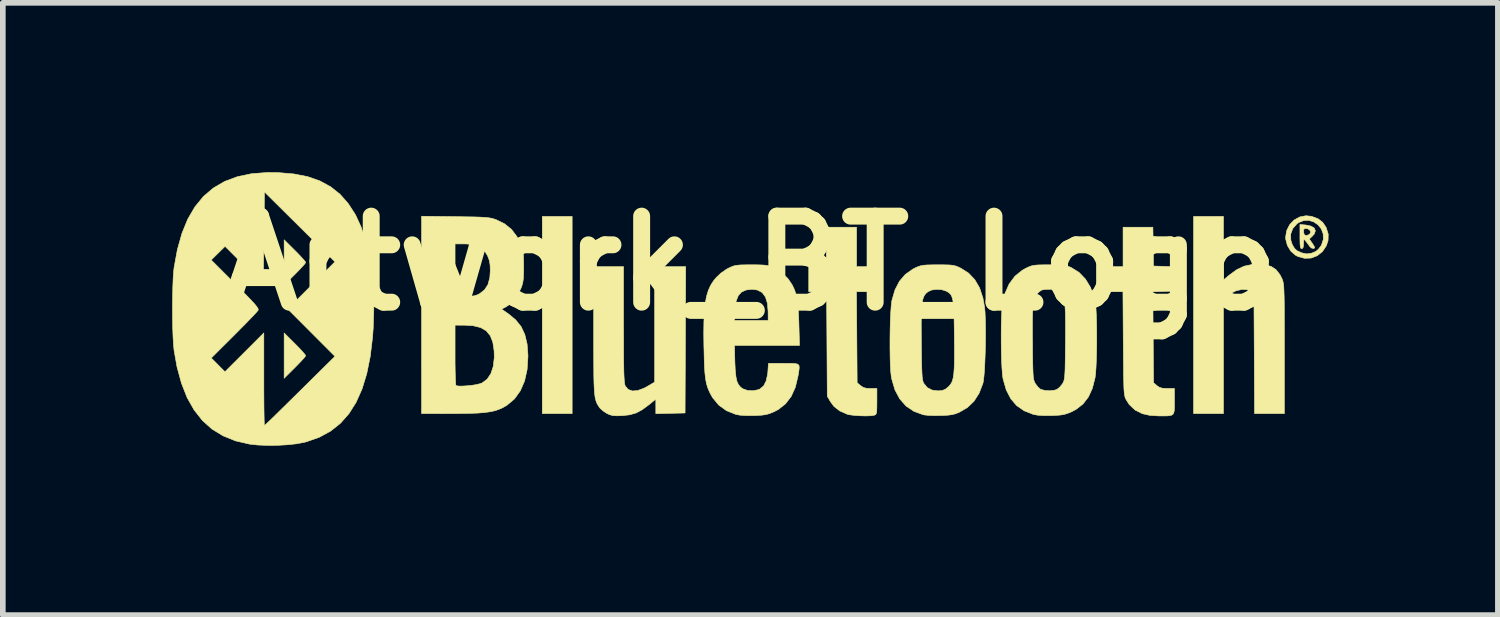
<source format=kicad_pcb>
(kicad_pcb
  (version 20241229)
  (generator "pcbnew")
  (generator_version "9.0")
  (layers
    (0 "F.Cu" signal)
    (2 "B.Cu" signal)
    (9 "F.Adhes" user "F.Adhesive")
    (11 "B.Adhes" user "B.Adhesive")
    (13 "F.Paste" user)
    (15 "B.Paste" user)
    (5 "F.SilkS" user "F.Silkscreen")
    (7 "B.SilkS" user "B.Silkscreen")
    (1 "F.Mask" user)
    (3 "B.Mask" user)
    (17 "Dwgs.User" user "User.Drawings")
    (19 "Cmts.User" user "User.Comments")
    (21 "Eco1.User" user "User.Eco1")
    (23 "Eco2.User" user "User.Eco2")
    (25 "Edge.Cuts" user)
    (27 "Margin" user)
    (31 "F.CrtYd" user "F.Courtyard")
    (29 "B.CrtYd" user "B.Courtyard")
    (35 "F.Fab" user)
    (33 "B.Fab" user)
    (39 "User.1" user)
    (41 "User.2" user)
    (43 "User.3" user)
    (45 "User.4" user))
  (footprint "Artwork_BT_Logo"
    (layer "F.Cu")
    (at 10.238 2.413)
    (property "Reference" "Artwork_BT_Logo" (at 0 -0.8 0) (layer "F.SilkS") (effects (font (size 1.524 1.524) (thickness 0.3))))
    (attr through_hole)
    (fp_poly (pts (xy -3.154 1.863) (xy -3.683 1.863) (xy -3.683 -1.63) (xy -3.154 -1.63) (xy -3.154 1.863)) (stroke (width 0.01) (type solid)) (fill yes) (layer "F.SilkS"))
    (fp_poly (pts (xy -8.065 -1.027) (xy -7.992 -0.953) (xy -7.933 -0.889) (xy -7.892 -0.842) (xy -7.874 -0.816) (xy -7.874 -0.815) (xy -7.888 -0.792) (xy -7.927 -0.747) (xy -7.985 -0.685) (xy -8.056 -0.612) (xy -8.065 -0.603) (xy -8.255 -0.414) (xy -8.255 -1.216) (xy -8.065 -1.027)) (stroke (width 0.01) (type solid)) (fill yes) (layer "F.SilkS"))
    (fp_poly (pts (xy -8.065 0.624) (xy -7.992 0.698) (xy -7.933 0.762) (xy -7.892 0.809) (xy -7.874 0.835) (xy -7.874 0.836) (xy -7.888 0.859) (xy -7.927 0.904) (xy -7.985 0.966) (xy -8.056 1.039) (xy -8.065 1.048) (xy -8.255 1.237) (xy -8.255 0.435) (xy -8.065 0.624)) (stroke (width 0.01) (type solid)) (fill yes) (layer "F.SilkS"))
    (fp_poly (pts (xy 1.884 -0.741) (xy 2.244 -0.741) (xy 2.244 -0.296) (xy 1.882 -0.296) (xy 1.888 0.51) (xy 1.894 1.316) (xy 1.954 1.367) (xy 2.003 1.4) (xy 2.061 1.415) (xy 2.128 1.418) (xy 2.244 1.418) (xy 2.244 1.649) (xy 2.243 1.75) (xy 2.241 1.817) (xy 2.235 1.857) (xy 2.224 1.878) (xy 2.207 1.888) (xy 2.196 1.892) (xy 2.133 1.901) (xy 2.042 1.904) (xy 1.939 1.901) (xy 1.839 1.894) (xy 1.756 1.883) (xy 1.721 1.875) (xy 1.585 1.815) (xy 1.481 1.733) (xy 1.423 1.654) (xy 1.365 1.556) (xy 1.359 0.63) (xy 1.353 -0.296) (xy 1.037 -0.296) (xy 1.037 -0.739) (xy 1.191 -0.745) (xy 1.344 -0.751) (xy 1.35 -1.095) (xy 1.356 -1.439) (xy 1.884 -1.439) (xy 1.884 -0.741)) (stroke (width 0.01) (type solid)) (fill yes) (layer "F.SilkS"))
    (fp_poly (pts (xy 8.382 -0.504) (xy 8.485 -0.59) (xy 8.618 -0.687) (xy 8.748 -0.748) (xy 8.886 -0.778) (xy 8.981 -0.783) (xy 9.121 -0.774) (xy 9.229 -0.743) (xy 9.314 -0.686) (xy 9.382 -0.599) (xy 9.418 -0.529) (xy 9.427 -0.507) (xy 9.435 -0.483) (xy 9.441 -0.454) (xy 9.447 -0.416) (xy 9.451 -0.366) (xy 9.454 -0.3) (xy 9.457 -0.214) (xy 9.459 -0.105) (xy 9.46 0.032) (xy 9.46 0.198) (xy 9.461 0.399) (xy 9.461 0.637) (xy 9.461 0.714) (xy 9.461 1.863) (xy 8.933 1.863) (xy 8.928 0.802) (xy 8.922 -0.258) (xy 8.869 -0.3) (xy 8.797 -0.333) (xy 8.705 -0.336) (xy 8.602 -0.311) (xy 8.496 -0.259) (xy 8.49 -0.256) (xy 8.382 -0.186) (xy 8.382 1.863) (xy 7.853 1.863) (xy 7.853 -1.63) (xy 8.382 -1.63) (xy 8.382 -0.504)) (stroke (width 0.01) (type solid)) (fill yes) (layer "F.SilkS"))
    (fp_poly (pts (xy 9.846 -1.477) (xy 9.936 -1.457) (xy 9.992 -1.422) (xy 10.01 -1.374) (xy 9.99 -1.318) (xy 9.957 -1.281) (xy 9.903 -1.23) (xy 9.958 -1.15) (xy 9.989 -1.1) (xy 9.998 -1.074) (xy 9.984 -1.063) (xy 9.976 -1.061) (xy 9.937 -1.072) (xy 9.907 -1.102) (xy 9.867 -1.158) (xy 9.838 -1.195) (xy 9.815 -1.219) (xy 9.805 -1.217) (xy 9.801 -1.181) (xy 9.801 -1.148) (xy 9.796 -1.087) (xy 9.78 -1.061) (xy 9.768 -1.058) (xy 9.754 -1.065) (xy 9.744 -1.091) (xy 9.739 -1.142) (xy 9.737 -1.225) (xy 9.737 -1.273) (xy 9.737 -1.356) (xy 9.8 -1.356) (xy 9.813 -1.306) (xy 9.849 -1.289) (xy 9.903 -1.31) (xy 9.903 -1.31) (xy 9.926 -1.343) (xy 9.917 -1.38) (xy 9.882 -1.408) (xy 9.858 -1.414) (xy 9.818 -1.414) (xy 9.802 -1.392) (xy 9.8 -1.356) (xy 9.737 -1.356) (xy 9.737 -1.487) (xy 9.846 -1.477)) (stroke (width 0.01) (type solid)) (fill yes) (layer "F.SilkS"))
    (fp_poly (pts (xy 7.138 -1.095) (xy 7.144 -0.751) (xy 7.33 -0.745) (xy 7.516 -0.739) (xy 7.51 -0.523) (xy 7.504 -0.307) (xy 7.317 -0.301) (xy 7.131 -0.295) (xy 7.144 1.316) (xy 7.203 1.367) (xy 7.248 1.398) (xy 7.3 1.413) (xy 7.377 1.418) (xy 7.388 1.418) (xy 7.514 1.418) (xy 7.514 1.649) (xy 7.514 1.753) (xy 7.509 1.824) (xy 7.493 1.869) (xy 7.459 1.893) (xy 7.399 1.903) (xy 7.309 1.904) (xy 7.239 1.904) (xy 7.077 1.894) (xy 6.948 1.865) (xy 6.947 1.865) (xy 6.817 1.8) (xy 6.715 1.704) (xy 6.66 1.619) (xy 6.649 1.598) (xy 6.64 1.575) (xy 6.633 1.546) (xy 6.627 1.509) (xy 6.622 1.457) (xy 6.618 1.388) (xy 6.616 1.298) (xy 6.613 1.181) (xy 6.612 1.035) (xy 6.61 0.855) (xy 6.609 0.637) (xy 6.608 0.619) (xy 6.602 -0.296) (xy 6.308 -0.296) (xy 6.308 -0.741) (xy 6.604 -0.741) (xy 6.604 -1.439) (xy 7.132 -1.439) (xy 7.138 -1.095)) (stroke (width 0.01) (type solid)) (fill yes) (layer "F.SilkS"))
    (fp_poly (pts (xy 9.943 -1.631) (xy 10.057 -1.589) (xy 10.14 -1.525) (xy 10.201 -1.433) (xy 10.238 -1.316) (xy 10.235 -1.203) (xy 10.205 -1.111) (xy 10.135 -1.006) (xy 10.042 -0.933) (xy 9.934 -0.892) (xy 9.817 -0.888) (xy 9.699 -0.921) (xy 9.659 -0.942) (xy 9.574 -1.016) (xy 9.514 -1.116) (xy 9.485 -1.228) (xy 9.483 -1.261) (xy 9.492 -1.318) (xy 9.573 -1.318) (xy 9.575 -1.211) (xy 9.601 -1.131) (xy 9.639 -1.066) (xy 9.684 -1.023) (xy 9.753 -0.991) (xy 9.774 -0.983) (xy 9.86 -0.966) (xy 9.946 -0.979) (xy 10.017 -1.009) (xy 10.062 -1.046) (xy 10.107 -1.104) (xy 10.12 -1.126) (xy 10.152 -1.226) (xy 10.148 -1.322) (xy 10.115 -1.409) (xy 10.058 -1.48) (xy 9.983 -1.532) (xy 9.897 -1.56) (xy 9.805 -1.557) (xy 9.713 -1.52) (xy 9.685 -1.5) (xy 9.611 -1.417) (xy 9.573 -1.318) (xy 9.492 -1.318) (xy 9.503 -1.381) (xy 9.555 -1.484) (xy 9.634 -1.566) (xy 9.732 -1.62) (xy 9.844 -1.642) (xy 9.943 -1.631)) (stroke (width 0.01) (type solid)) (fill yes) (layer "F.SilkS"))
    (fp_poly (pts (xy -2.244 0.287) (xy -2.243 0.528) (xy -2.243 0.731) (xy -2.242 0.899) (xy -2.24 1.035) (xy -2.238 1.142) (xy -2.234 1.224) (xy -2.23 1.286) (xy -2.225 1.329) (xy -2.219 1.358) (xy -2.213 1.374) (xy -2.16 1.436) (xy -2.086 1.462) (xy -1.991 1.454) (xy -1.879 1.412) (xy -1.825 1.383) (xy -1.693 1.305) (xy -1.693 -0.741) (xy -1.143 -0.741) (xy -1.148 0.556) (xy -1.154 1.852) (xy -1.413 1.858) (xy -1.672 1.864) (xy -1.672 1.606) (xy -1.794 1.706) (xy -1.912 1.793) (xy -2.02 1.851) (xy -2.134 1.884) (xy -2.268 1.899) (xy -2.275 1.899) (xy -2.369 1.902) (xy -2.436 1.897) (xy -2.49 1.882) (xy -2.535 1.862) (xy -2.6 1.82) (xy -2.655 1.772) (xy -2.668 1.756) (xy -2.69 1.724) (xy -2.709 1.693) (xy -2.725 1.659) (xy -2.737 1.619) (xy -2.748 1.569) (xy -2.756 1.506) (xy -2.762 1.426) (xy -2.767 1.325) (xy -2.77 1.199) (xy -2.771 1.046) (xy -2.772 0.861) (xy -2.773 0.641) (xy -2.773 0.389) (xy -2.773 -0.741) (xy -2.244 -0.741) (xy -2.244 0.287)) (stroke (width 0.01) (type solid)) (fill yes) (layer "F.SilkS"))
    (fp_poly (pts (xy 0.139 -0.772) (xy 0.225 -0.769) (xy 0.288 -0.763) (xy 0.338 -0.752) (xy 0.386 -0.735) (xy 0.425 -0.717) (xy 0.556 -0.636) (xy 0.669 -0.528) (xy 0.746 -0.413) (xy 0.782 -0.336) (xy 0.809 -0.258) (xy 0.829 -0.17) (xy 0.844 -0.065) (xy 0.854 0.066) (xy 0.861 0.229) (xy 0.862 0.27) (xy 0.873 0.656) (xy -0.279 0.656) (xy -0.272 0.947) (xy -0.265 1.096) (xy -0.253 1.208) (xy -0.235 1.292) (xy -0.207 1.352) (xy -0.168 1.397) (xy -0.129 1.424) (xy -0.046 1.453) (xy 0.052 1.458) (xy 0.145 1.439) (xy 0.17 1.428) (xy 0.237 1.373) (xy 0.282 1.285) (xy 0.309 1.163) (xy 0.313 1.117) (xy 0.323 0.974) (xy 0.596 0.974) (xy 0.711 0.973) (xy 0.791 0.976) (xy 0.84 0.986) (xy 0.864 1.01) (xy 0.868 1.052) (xy 0.86 1.119) (xy 0.846 1.202) (xy 0.799 1.397) (xy 0.725 1.56) (xy 0.624 1.691) (xy 0.495 1.792) (xy 0.419 1.831) (xy 0.349 1.86) (xy 0.284 1.879) (xy 0.211 1.89) (xy 0.115 1.896) (xy 0.064 1.898) (xy -0.069 1.898) (xy -0.18 1.891) (xy -0.255 1.877) (xy -0.42 1.811) (xy -0.556 1.713) (xy -0.664 1.583) (xy -0.703 1.516) (xy -0.734 1.451) (xy -0.758 1.389) (xy -0.777 1.321) (xy -0.791 1.243) (xy -0.802 1.148) (xy -0.81 1.029) (xy -0.815 0.881) (xy -0.819 0.697) (xy -0.82 0.685) (xy -0.823 0.439) (xy -0.82 0.23) (xy -0.819 0.212) (xy -0.28 0.212) (xy 0.318 0.212) (xy 0.317 0.058) (xy 0.305 -0.09) (xy 0.27 -0.203) (xy 0.211 -0.282) (xy 0.128 -0.326) (xy 0.037 -0.339) (xy -0.071 -0.327) (xy -0.153 -0.291) (xy -0.211 -0.227) (xy -0.249 -0.13) (xy -0.269 0.002) (xy -0.271 0.037) (xy -0.28 0.212) (xy -0.819 0.212) (xy -0.812 0.054) (xy -0.796 -0.094) (xy -0.773 -0.217) (xy -0.741 -0.321) (xy -0.7 -0.411) (xy -0.649 -0.49) (xy -0.601 -0.548) (xy -0.518 -0.626) (xy -0.422 -0.693) (xy -0.385 -0.713) (xy -0.334 -0.737) (xy -0.288 -0.754) (xy -0.239 -0.764) (xy -0.175 -0.77) (xy -0.089 -0.772) (xy 0.021 -0.773) (xy 0.139 -0.772)) (stroke (width 0.01) (type solid)) (fill yes) (layer "F.SilkS"))
    (fp_poly (pts (xy -5.223 -1.626) (xy -5.046 -1.623) (xy -4.905 -1.621) (xy -4.796 -1.618) (xy -4.712 -1.613) (xy -4.648 -1.608) (xy -4.598 -1.6) (xy -4.557 -1.591) (xy -4.518 -1.578) (xy -4.501 -1.572) (xy -4.351 -1.499) (xy -4.229 -1.401) (xy -4.132 -1.273) (xy -4.06 -1.125) (xy -4.039 -1.066) (xy -4.025 -1.007) (xy -4.017 -0.937) (xy -4.014 -0.846) (xy -4.013 -0.741) (xy -4.014 -0.621) (xy -4.018 -0.533) (xy -4.027 -0.465) (xy -4.042 -0.407) (xy -4.06 -0.358) (xy -4.119 -0.242) (xy -4.196 -0.138) (xy -4.281 -0.057) (xy -4.332 -0.025) (xy -4.404 0.012) (xy -4.283 0.096) (xy -4.155 0.202) (xy -4.058 0.322) (xy -3.992 0.463) (xy -3.952 0.63) (xy -3.937 0.826) (xy -3.937 0.855) (xy -3.952 1.085) (xy -3.997 1.286) (xy -4.072 1.459) (xy -4.175 1.602) (xy -4.308 1.714) (xy -4.382 1.757) (xy -4.449 1.787) (xy -4.522 1.812) (xy -4.606 1.83) (xy -4.707 1.844) (xy -4.83 1.854) (xy -4.981 1.859) (xy -5.166 1.862) (xy -5.286 1.862) (xy -5.821 1.863) (xy -5.821 0.822) (xy -5.228 0.822) (xy -5.228 0.967) (xy -5.226 1.098) (xy -5.223 1.21) (xy -5.22 1.295) (xy -5.216 1.348) (xy -5.212 1.364) (xy -5.18 1.374) (xy -5.118 1.376) (xy -5.036 1.372) (xy -4.947 1.364) (xy -4.86 1.351) (xy -4.788 1.334) (xy -4.749 1.32) (xy -4.66 1.254) (xy -4.593 1.154) (xy -4.55 1.024) (xy -4.533 0.868) (xy -4.536 0.749) (xy -4.559 0.599) (xy -4.604 0.483) (xy -4.675 0.397) (xy -4.774 0.339) (xy -4.904 0.307) (xy -5.054 0.297) (xy -5.228 0.296) (xy -5.228 0.822) (xy -5.821 0.822) (xy -5.821 -1.143) (xy -5.228 -1.143) (xy -5.228 -0.212) (xy -5.054 -0.212) (xy -4.956 -0.215) (xy -4.886 -0.224) (xy -4.83 -0.242) (xy -4.794 -0.26) (xy -4.705 -0.33) (xy -4.645 -0.423) (xy -4.612 -0.545) (xy -4.604 -0.667) (xy -4.607 -0.766) (xy -4.618 -0.84) (xy -4.64 -0.905) (xy -4.657 -0.942) (xy -4.715 -1.031) (xy -4.792 -1.092) (xy -4.892 -1.128) (xy -5.023 -1.142) (xy -5.063 -1.143) (xy -5.228 -1.143) (xy -5.821 -1.143) (xy -5.821 -1.633) (xy -5.223 -1.626)) (stroke (width 0.01) (type solid)) (fill yes) (layer "F.SilkS"))
    (fp_poly (pts (xy -8.361 -2.406) (xy -8.083 -2.382) (xy -7.837 -2.334) (xy -7.621 -2.258) (xy -7.432 -2.155) (xy -7.266 -2.023) (xy -7.121 -1.859) (xy -6.994 -1.663) (xy -6.99 -1.655) (xy -6.894 -1.447) (xy -6.813 -1.205) (xy -6.75 -0.933) (xy -6.704 -0.636) (xy -6.676 -0.319) (xy -6.667 0.012) (xy -6.678 0.353) (xy -6.689 0.508) (xy -6.73 0.85) (xy -6.792 1.156) (xy -6.875 1.426) (xy -6.98 1.662) (xy -7.108 1.865) (xy -7.259 2.035) (xy -7.434 2.174) (xy -7.633 2.282) (xy -7.858 2.361) (xy -7.897 2.371) (xy -8.033 2.397) (xy -8.197 2.415) (xy -8.376 2.425) (xy -8.557 2.426) (xy -8.726 2.419) (xy -8.87 2.403) (xy -9.116 2.346) (xy -9.337 2.257) (xy -9.533 2.137) (xy -9.704 1.984) (xy -9.85 1.798) (xy -9.974 1.579) (xy -10.074 1.325) (xy -10.153 1.035) (xy -10.205 0.741) (xy -10.215 0.638) (xy -10.223 0.501) (xy -10.229 0.34) (xy -10.232 0.163) (xy -10.233 -0.022) (xy -10.231 -0.205) (xy -10.227 -0.378) (xy -10.221 -0.531) (xy -10.212 -0.657) (xy -10.205 -0.72) (xy -10.18 -0.858) (xy -9.547 -0.858) (xy -9.121 -0.432) (xy -8.995 -0.306) (xy -8.897 -0.206) (xy -8.824 -0.129) (xy -8.771 -0.071) (xy -8.738 -0.029) (xy -8.719 0.000362) (xy -8.714 0.021) (xy -8.717 0.034) (xy -8.738 0.059) (xy -8.784 0.11) (xy -8.852 0.181) (xy -8.938 0.27) (xy -9.037 0.37) (xy -9.142 0.476) (xy -9.546 0.878) (xy -9.425 1) (xy -9.304 1.122) (xy -8.959 0.778) (xy -8.615 0.434) (xy -8.615 1.254) (xy -8.615 1.436) (xy -8.614 1.604) (xy -8.613 1.753) (xy -8.611 1.879) (xy -8.609 1.977) (xy -8.607 2.044) (xy -8.605 2.073) (xy -8.604 2.074) (xy -8.587 2.06) (xy -8.544 2.019) (xy -8.476 1.954) (xy -8.389 1.869) (xy -8.284 1.766) (xy -8.165 1.649) (xy -8.035 1.521) (xy -7.975 1.462) (xy -7.355 0.849) (xy -7.773 0.43) (xy -8.191 0.011) (xy -7.773 -0.408) (xy -7.355 -0.826) (xy -8.604 -2.064) (xy -8.625 -0.423) (xy -8.964 -0.762) (xy -9.302 -1.1) (xy -9.547 -0.858) (xy -10.18 -0.858) (xy -10.146 -1.043) (xy -10.065 -1.331) (xy -9.962 -1.583) (xy -9.835 -1.8) (xy -9.684 -1.984) (xy -9.509 -2.133) (xy -9.308 -2.25) (xy -9.082 -2.334) (xy -8.828 -2.387) (xy -8.548 -2.408) (xy -8.361 -2.406)) (stroke (width 0.01) (type solid)) (fill yes) (layer "F.SilkS"))
    (fp_poly (pts (xy 3.44 -0.772) (xy 3.525 -0.77) (xy 3.587 -0.764) (xy 3.636 -0.753) (xy 3.681 -0.736) (xy 3.73 -0.713) (xy 3.868 -0.625) (xy 3.978 -0.509) (xy 4.063 -0.363) (xy 4.122 -0.184) (xy 4.15 -0.028) (xy 4.159 0.061) (xy 4.164 0.18) (xy 4.167 0.32) (xy 4.168 0.475) (xy 4.166 0.636) (xy 4.162 0.797) (xy 4.156 0.951) (xy 4.149 1.089) (xy 4.14 1.204) (xy 4.129 1.29) (xy 4.122 1.326) (xy 4.055 1.501) (xy 3.964 1.643) (xy 3.847 1.755) (xy 3.705 1.838) (xy 3.641 1.864) (xy 3.578 1.881) (xy 3.501 1.891) (xy 3.399 1.897) (xy 3.366 1.897) (xy 3.263 1.898) (xy 3.168 1.895) (xy 3.094 1.888) (xy 3.064 1.883) (xy 2.898 1.822) (xy 2.759 1.728) (xy 2.648 1.601) (xy 2.564 1.444) (xy 2.508 1.255) (xy 2.498 1.202) (xy 2.489 1.119) (xy 2.482 1.003) (xy 2.478 0.862) (xy 2.476 0.705) (xy 2.476 0.54) (xy 2.478 0.375) (xy 2.481 0.271) (xy 3.029 0.271) (xy 3.03 0.451) (xy 3.031 0.593) (xy 3.033 0.782) (xy 3.035 0.933) (xy 3.038 1.052) (xy 3.042 1.142) (xy 3.046 1.209) (xy 3.052 1.257) (xy 3.06 1.292) (xy 3.07 1.318) (xy 3.075 1.328) (xy 3.137 1.403) (xy 3.224 1.447) (xy 3.328 1.46) (xy 3.402 1.454) (xy 3.458 1.43) (xy 3.501 1.396) (xy 3.533 1.364) (xy 3.559 1.329) (xy 3.58 1.286) (xy 3.595 1.229) (xy 3.606 1.156) (xy 3.613 1.06) (xy 3.617 0.938) (xy 3.618 0.785) (xy 3.617 0.596) (xy 3.616 0.487) (xy 3.613 0.292) (xy 3.61 0.135) (xy 3.605 0.011) (xy 3.598 -0.084) (xy 3.587 -0.155) (xy 3.572 -0.208) (xy 3.553 -0.245) (xy 3.527 -0.272) (xy 3.495 -0.294) (xy 3.472 -0.307) (xy 3.392 -0.332) (xy 3.299 -0.338) (xy 3.212 -0.326) (xy 3.148 -0.296) (xy 3.115 -0.268) (xy 3.089 -0.237) (xy 3.069 -0.198) (xy 3.053 -0.146) (xy 3.042 -0.078) (xy 3.035 0.011) (xy 3.031 0.126) (xy 3.029 0.271) (xy 2.481 0.271) (xy 2.482 0.218) (xy 2.489 0.076) (xy 2.497 -0.041) (xy 2.507 -0.126) (xy 2.51 -0.143) (xy 2.564 -0.328) (xy 2.642 -0.48) (xy 2.747 -0.602) (xy 2.88 -0.696) (xy 2.921 -0.717) (xy 2.972 -0.74) (xy 3.018 -0.755) (xy 3.07 -0.765) (xy 3.138 -0.77) (xy 3.23 -0.772) (xy 3.323 -0.773) (xy 3.44 -0.772)) (stroke (width 0.01) (type solid)) (fill yes) (layer "F.SilkS"))
    (fp_poly (pts (xy 5.411 -0.772) (xy 5.499 -0.769) (xy 5.563 -0.762) (xy 5.614 -0.751) (xy 5.663 -0.734) (xy 5.689 -0.722) (xy 5.824 -0.638) (xy 5.938 -0.52) (xy 6.028 -0.372) (xy 6.091 -0.197) (xy 6.117 -0.067) (xy 6.125 0.017) (xy 6.131 0.133) (xy 6.135 0.274) (xy 6.137 0.429) (xy 6.137 0.593) (xy 6.135 0.755) (xy 6.131 0.908) (xy 6.125 1.044) (xy 6.117 1.153) (xy 6.108 1.228) (xy 6.06 1.416) (xy 5.99 1.569) (xy 5.894 1.693) (xy 5.772 1.788) (xy 5.688 1.832) (xy 5.619 1.86) (xy 5.554 1.879) (xy 5.48 1.89) (xy 5.384 1.896) (xy 5.334 1.898) (xy 5.201 1.898) (xy 5.091 1.891) (xy 5.015 1.877) (xy 4.852 1.813) (xy 4.719 1.721) (xy 4.614 1.598) (xy 4.535 1.444) (xy 4.481 1.257) (xy 4.475 1.228) (xy 4.466 1.151) (xy 4.458 1.041) (xy 4.452 0.905) (xy 4.448 0.752) (xy 4.446 0.589) (xy 4.446 0.426) (xy 4.447 0.325) (xy 4.998 0.325) (xy 4.999 0.512) (xy 5 0.61) (xy 5.001 0.793) (xy 5.003 0.939) (xy 5.006 1.052) (xy 5.009 1.138) (xy 5.013 1.202) (xy 5.019 1.247) (xy 5.027 1.281) (xy 5.037 1.306) (xy 5.049 1.329) (xy 5.053 1.335) (xy 5.095 1.39) (xy 5.139 1.429) (xy 5.148 1.434) (xy 5.219 1.453) (xy 5.307 1.458) (xy 5.392 1.448) (xy 5.429 1.436) (xy 5.475 1.402) (xy 5.521 1.348) (xy 5.53 1.335) (xy 5.544 1.312) (xy 5.554 1.288) (xy 5.562 1.258) (xy 5.569 1.216) (xy 5.573 1.157) (xy 5.577 1.078) (xy 5.579 0.972) (xy 5.581 0.836) (xy 5.583 0.663) (xy 5.584 0.61) (xy 5.585 0.405) (xy 5.585 0.238) (xy 5.583 0.104) (xy 5.578 -0.002) (xy 5.57 -0.083) (xy 5.559 -0.146) (xy 5.543 -0.194) (xy 5.522 -0.232) (xy 5.496 -0.264) (xy 5.482 -0.279) (xy 5.443 -0.313) (xy 5.402 -0.331) (xy 5.343 -0.338) (xy 5.292 -0.339) (xy 5.215 -0.336) (xy 5.165 -0.326) (xy 5.127 -0.302) (xy 5.101 -0.279) (xy 5.073 -0.247) (xy 5.049 -0.212) (xy 5.031 -0.169) (xy 5.018 -0.114) (xy 5.008 -0.041) (xy 5.002 0.053) (xy 4.999 0.174) (xy 4.998 0.325) (xy 4.447 0.325) (xy 4.448 0.27) (xy 4.452 0.131) (xy 4.458 0.015) (xy 4.466 -0.067) (xy 4.512 -0.265) (xy 4.586 -0.433) (xy 4.689 -0.571) (xy 4.82 -0.677) (xy 4.885 -0.713) (xy 4.937 -0.737) (xy 4.982 -0.754) (xy 5.032 -0.764) (xy 5.095 -0.77) (xy 5.182 -0.772) (xy 5.292 -0.773) (xy 5.411 -0.772)) (stroke (width 0.01) (type solid)) (fill yes) (layer "F.SilkS")))
  (gr_rect
    (start -3 -3)
    (end 23.481 7.845)
    (stroke (width 0.1) (type default))
    (fill no)
    (layer "Edge.Cuts")))
</source>
